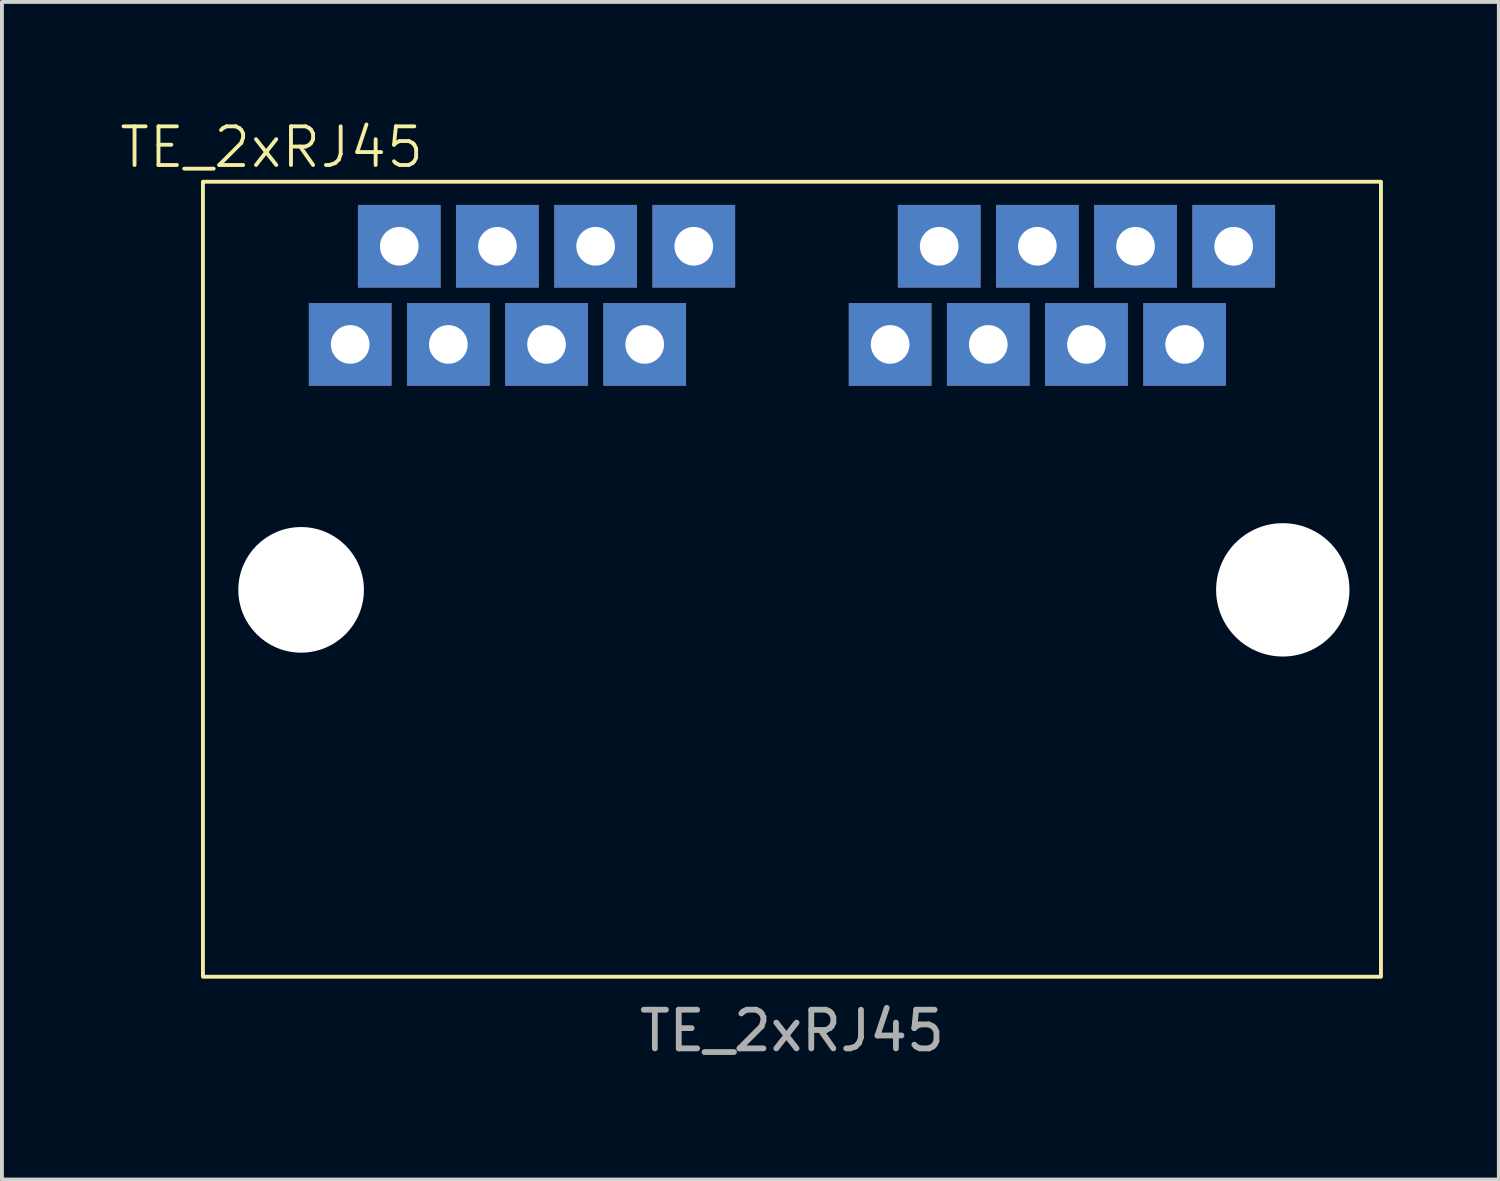
<source format=kicad_pcb>
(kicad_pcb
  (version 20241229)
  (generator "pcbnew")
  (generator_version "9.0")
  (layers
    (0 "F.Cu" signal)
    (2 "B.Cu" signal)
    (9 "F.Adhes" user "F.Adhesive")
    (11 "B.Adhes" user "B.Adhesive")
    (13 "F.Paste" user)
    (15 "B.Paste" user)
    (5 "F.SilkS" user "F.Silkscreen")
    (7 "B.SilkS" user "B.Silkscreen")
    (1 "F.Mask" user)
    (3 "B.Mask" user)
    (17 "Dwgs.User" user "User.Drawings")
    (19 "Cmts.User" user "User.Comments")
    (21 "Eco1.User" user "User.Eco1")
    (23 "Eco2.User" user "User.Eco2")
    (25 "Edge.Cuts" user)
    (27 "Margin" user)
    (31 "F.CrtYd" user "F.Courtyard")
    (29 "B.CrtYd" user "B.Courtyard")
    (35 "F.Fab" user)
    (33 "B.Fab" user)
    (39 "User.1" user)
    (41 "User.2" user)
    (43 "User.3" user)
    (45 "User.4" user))
  (footprint "TE_2xRJ45"
    (layer "F.Cu")
    (at 17.441 11.937)
    (property "Reference" "TE_2xRJ45" (at -13.462 -11.176 0) (unlocked yes) (layer "F.SilkS") (effects (font (size 1 1) (thickness 0.1))))
    (attr through_hole)
    (fp_rect (start 15.24 10.285) (end -15.24 -10.285) (stroke (width 0.1) (type default)) (fill no) (layer "F.SilkS"))
    (fp_text user "${REFERENCE}" (at 0 11.684 0) (unlocked yes) (layer "F.Fab") (effects (font (size 1 1) (thickness 0.15))))
    (pad "" np_thru_hole circle (at -12.7 0.275) (size 3.25 3.25) (drill 3.45) (layers "*.Cu" "*.Mask"))
    (pad "" np_thru_hole circle (at 12.7 0.275) (size 3.45 3.45) (drill 3.45) (layers "*.Cu" "*.Mask"))
    (pad "1_1" thru_hole rect (at -11.43 -6.075) (size 2.14 2.14) (drill 1) (layers "*.Cu" "*.Mask"))
    (pad "1_2" thru_hole rect (at -10.16 -8.615) (size 2.14 2.14) (drill 1) (layers "*.Cu" "*.Mask"))
    (pad "1_3" thru_hole rect (at -8.89 -6.075) (size 2.14 2.14) (drill 1) (layers "*.Cu" "*.Mask"))
    (pad "1_4" thru_hole rect (at -7.62 -8.615) (size 2.14 2.14) (drill 1) (layers "*.Cu" "*.Mask"))
    (pad "1_5" thru_hole rect (at -6.35 -6.075) (size 2.14 2.14) (drill 1) (layers "*.Cu" "*.Mask"))
    (pad "1_6" thru_hole rect (at -5.08 -8.615) (size 2.14 2.14) (drill 1) (layers "*.Cu" "*.Mask"))
    (pad "1_7" thru_hole rect (at -3.81 -6.075) (size 2.14 2.14) (drill 1) (layers "*.Cu" "*.Mask"))
    (pad "1_8" thru_hole rect (at -2.54 -8.615) (size 2.14 2.14) (drill 1) (layers "*.Cu" "*.Mask"))
    (pad "2_1" thru_hole rect (at 2.54 -6.075) (size 2.14 2.14) (drill 1) (layers "*.Cu" "*.Mask"))
    (pad "2_2" thru_hole rect (at 3.81 -8.615) (size 2.14 2.14) (drill 1) (layers "*.Cu" "*.Mask"))
    (pad "2_3" thru_hole rect (at 5.08 -6.075) (size 2.14 2.14) (drill 1) (layers "*.Cu" "*.Mask"))
    (pad "2_4" thru_hole rect (at 6.35 -8.615) (size 2.14 2.14) (drill 1) (layers "*.Cu" "*.Mask"))
    (pad "2_5" thru_hole rect (at 7.62 -6.075) (size 2.14 2.14) (drill 1) (layers "*.Cu" "*.Mask"))
    (pad "2_6" thru_hole rect (at 8.89 -8.615) (size 2.14 2.14) (drill 1) (layers "*.Cu" "*.Mask"))
    (pad "2_7" thru_hole rect (at 10.16 -6.075) (size 2.14 2.14) (drill 1) (layers "*.Cu" "*.Mask"))
    (pad "2_8" thru_hole rect (at 11.43 -8.615) (size 2.14 2.14) (drill 1) (layers "*.Cu" "*.Mask")))
  (gr_rect
    (start -3 -3)
    (end 35.731 27.469)
    (stroke (width 0.1) (type default))
    (fill no)
    (layer "Edge.Cuts")))
</source>
